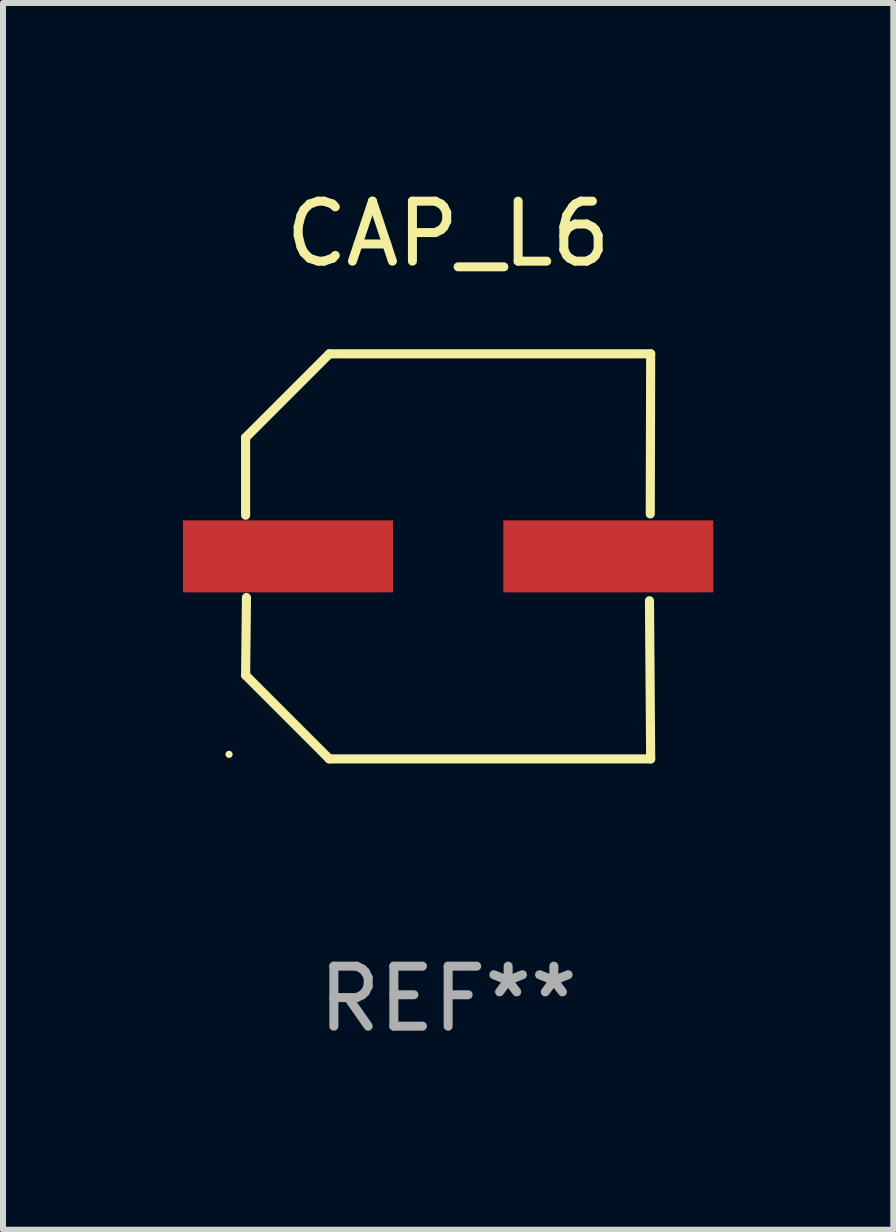
<source format=kicad_pcb>
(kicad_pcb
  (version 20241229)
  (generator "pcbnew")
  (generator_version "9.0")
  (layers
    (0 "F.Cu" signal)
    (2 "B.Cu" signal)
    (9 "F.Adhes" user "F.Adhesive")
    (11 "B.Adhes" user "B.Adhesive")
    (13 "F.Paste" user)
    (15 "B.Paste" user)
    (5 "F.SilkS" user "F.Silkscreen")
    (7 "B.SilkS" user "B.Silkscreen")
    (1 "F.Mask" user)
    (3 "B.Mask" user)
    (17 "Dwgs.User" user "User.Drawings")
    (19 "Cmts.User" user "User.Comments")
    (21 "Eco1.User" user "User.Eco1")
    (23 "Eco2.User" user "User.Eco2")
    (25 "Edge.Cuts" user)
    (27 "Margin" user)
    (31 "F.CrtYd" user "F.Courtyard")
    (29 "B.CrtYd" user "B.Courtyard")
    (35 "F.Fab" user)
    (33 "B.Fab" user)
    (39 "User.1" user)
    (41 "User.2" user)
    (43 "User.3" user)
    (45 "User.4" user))
  (footprint "CAP_L6"
    (layer "F.Cu")
    (at 4.42 6.224)
    (property "Reference" "CAP_L6" (at 0 -5.376 0) (layer "F.SilkS") (effects (font (size 1 1) (thickness 0.15))))
    (attr through_hole)
    (fp_line (start -3.376 -1.98) (end -3.376 -0.686) (stroke (width 0.152) (type solid)) (layer "F.SilkS"))
    (fp_line (start -3.376 1.981) (end -3.362 0.686) (stroke (width 0.152) (type solid)) (layer "F.SilkS"))
    (fp_line (start -1.981 3.376) (end -3.376 1.981) (stroke (width 0.152) (type solid)) (layer "F.SilkS"))
    (fp_line (start -1.98 -3.376) (end -3.376 -1.98) (stroke (width 0.152) (type solid)) (layer "F.SilkS"))
    (fp_line (start 3.356 0.739) (end 3.376 3.376) (stroke (width 0.152) (type solid)) (layer "F.SilkS"))
    (fp_line (start 3.369 -0.708) (end 3.376 -3.376) (stroke (width 0.152) (type solid)) (layer "F.SilkS"))
    (fp_line (start 3.376 3.376) (end -1.981 3.376) (stroke (width 0.152) (type solid)) (layer "F.SilkS"))
    (fp_line (start 3.376 -3.376) (end -1.98 -3.376) (stroke (width 0.152) (type solid)) (layer "F.SilkS"))
    (fp_circle (center -3.652 3.3) (end -3.622 3.3) (stroke (width 0.06) (type solid)) (fill no) (layer "F.SilkS"))
    (fp_text user "REF**" (at 0 7.376 0) (layer "F.Fab") (effects (font (size 1 1) (thickness 0.15))))
    (pad "1" smd rect (at -2.67 0) (size 3.5 1.2) (layers "F.Cu" "F.Mask" "F.Paste"))
    (pad "2" smd rect (at 2.67 0) (size 3.5 1.2) (layers "F.Cu" "F.Mask" "F.Paste")))
  (gr_rect
    (start -3 -3)
    (end 11.84 17.448)
    (stroke (width 0.1) (type default))
    (fill no)
    (layer "Edge.Cuts")))
</source>
